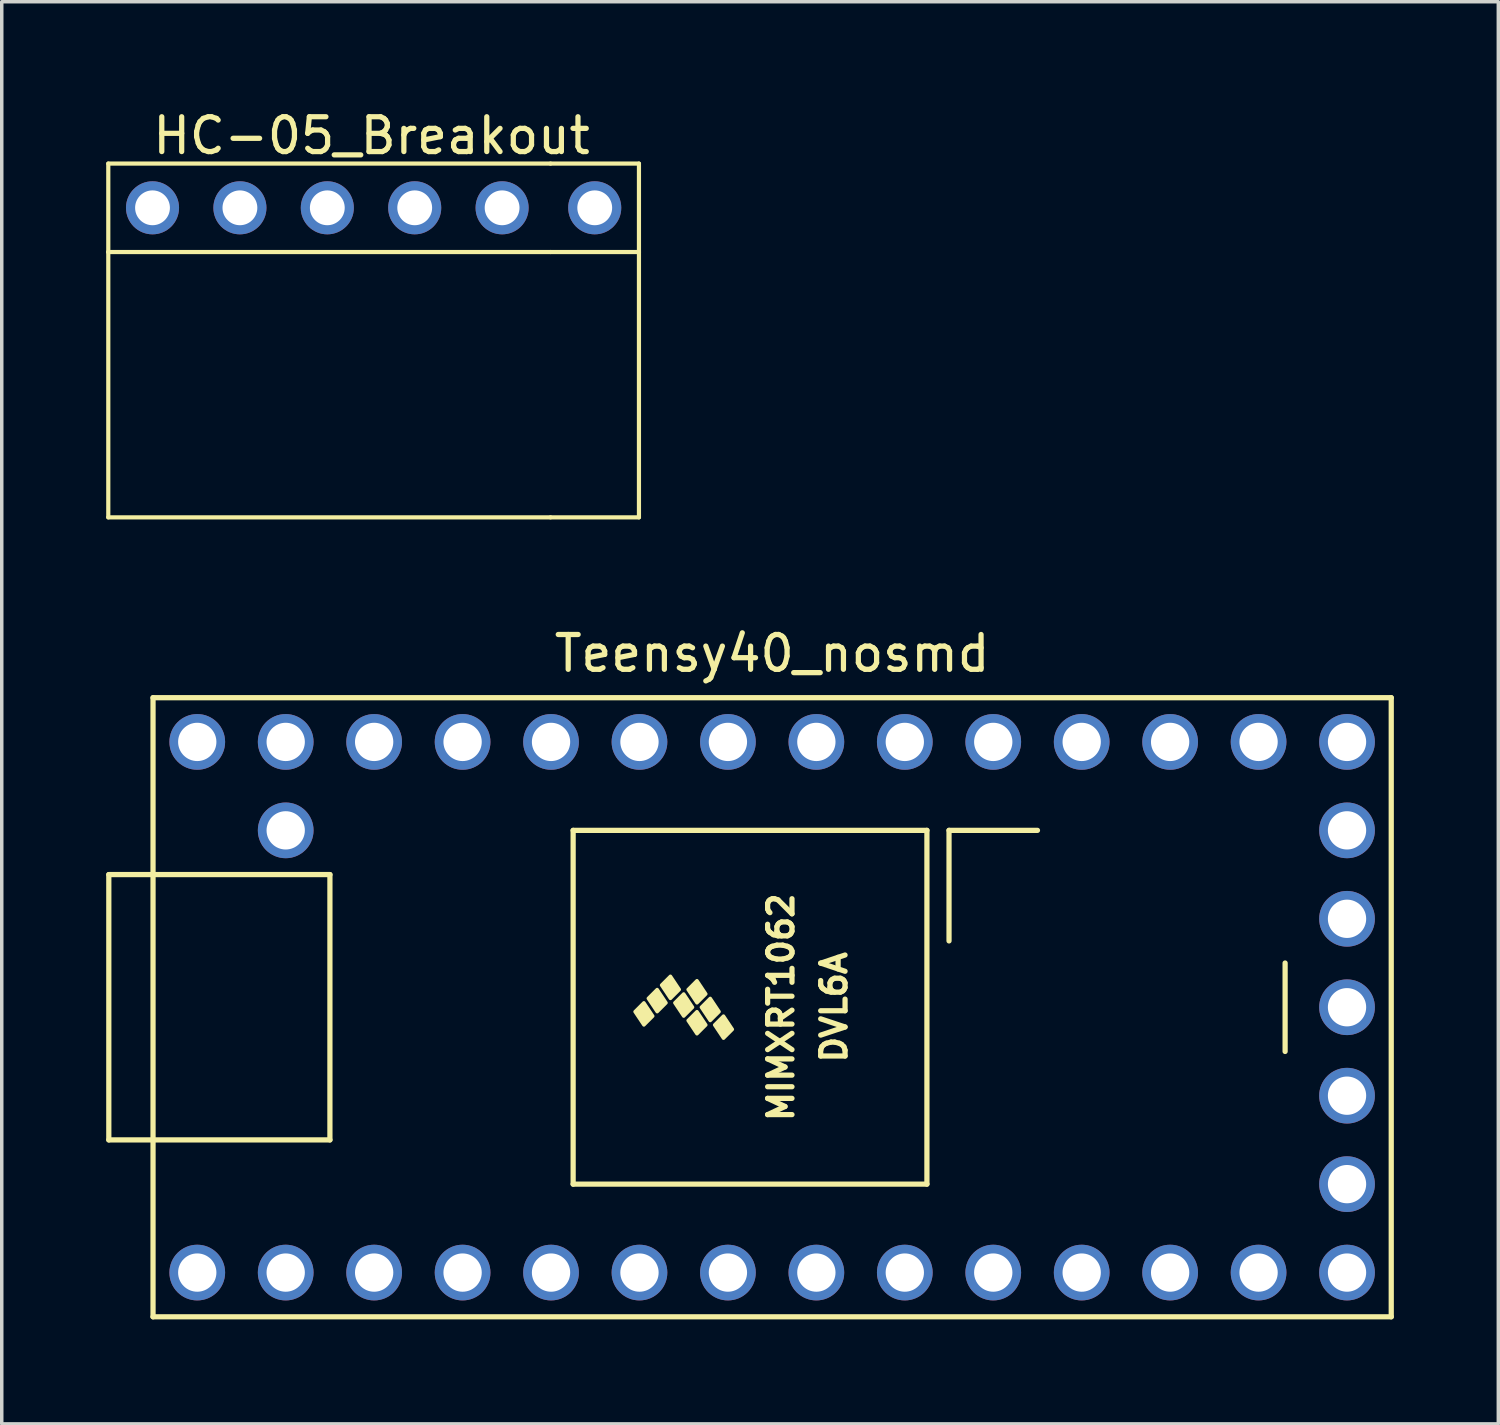
<source format=kicad_pcb>
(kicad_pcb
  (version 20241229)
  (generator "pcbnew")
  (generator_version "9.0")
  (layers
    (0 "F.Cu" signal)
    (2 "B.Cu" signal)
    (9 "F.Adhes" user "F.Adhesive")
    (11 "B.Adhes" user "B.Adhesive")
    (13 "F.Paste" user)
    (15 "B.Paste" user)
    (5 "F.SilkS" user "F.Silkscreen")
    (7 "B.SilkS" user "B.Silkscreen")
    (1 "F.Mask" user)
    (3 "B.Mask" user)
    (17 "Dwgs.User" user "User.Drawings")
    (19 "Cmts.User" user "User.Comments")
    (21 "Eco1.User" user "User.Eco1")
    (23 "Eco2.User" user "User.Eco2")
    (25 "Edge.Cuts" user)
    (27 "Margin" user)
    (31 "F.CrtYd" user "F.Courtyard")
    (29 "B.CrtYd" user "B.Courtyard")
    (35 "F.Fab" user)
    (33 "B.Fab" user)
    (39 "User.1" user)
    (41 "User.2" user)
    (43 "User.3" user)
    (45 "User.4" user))
  (footprint "HC-05_Breakout"
    (layer "F.Cu")
    (at 1.33 2.918)
    (property "Reference" "HC-05_Breakout" (at 6.29 -2.07 0) (layer "F.SilkS") (effects (font (size 1 1) (thickness 0.15))))
    (attr through_hole)
    (fp_line (start -1.27 -1.27) (end 11.43 -1.27) (stroke (width 0.12) (type solid)) (layer "F.SilkS"))
    (fp_line (start -1.27 1.27) (end -1.27 -1.27) (stroke (width 0.12) (type solid)) (layer "F.SilkS"))
    (fp_line (start -1.27 8.89) (end -1.27 1.27) (stroke (width 0.12) (type solid)) (layer "F.SilkS"))
    (fp_line (start 11.43 -1.27) (end 13.97 -1.27) (stroke (width 0.12) (type solid)) (layer "F.SilkS"))
    (fp_line (start 11.43 1.27) (end -1.27 1.27) (stroke (width 0.12) (type solid)) (layer "F.SilkS"))
    (fp_line (start 11.43 8.89) (end -1.27 8.89) (stroke (width 0.12) (type solid)) (layer "F.SilkS"))
    (fp_line (start 13.97 -1.27) (end 13.97 1.27) (stroke (width 0.12) (type solid)) (layer "F.SilkS"))
    (fp_line (start 13.97 1.27) (end 11.43 1.27) (stroke (width 0.12) (type solid)) (layer "F.SilkS"))
    (fp_line (start 13.97 1.27) (end 13.97 8.89) (stroke (width 0.12) (type solid)) (layer "F.SilkS"))
    (fp_line (start 13.97 8.89) (end 11.43 8.89) (stroke (width 0.12) (type solid)) (layer "F.SilkS"))
    (pad "1" thru_hole circle (at 0 0) (size 1.524 1.524) (drill 1) (layers "*.Cu" "*.Mask"))
    (pad "2" thru_hole circle (at 2.51 0) (size 1.524 1.524) (drill 1) (layers "*.Cu" "*.Mask"))
    (pad "3" thru_hole circle (at 5.02 0) (size 1.524 1.524) (drill 1) (layers "*.Cu" "*.Mask"))
    (pad "4" thru_hole circle (at 7.53 0) (size 1.524 1.524) (drill 1) (layers "*.Cu" "*.Mask"))
    (pad "5" thru_hole circle (at 10.04 0) (size 1.524 1.524) (drill 1) (layers "*.Cu" "*.Mask"))
    (pad "6" thru_hole circle (at 12.7 0) (size 1.524 1.524) (drill 1) (layers "*.Cu" "*.Mask")))
  (footprint "Teensy40_nosmd"
    (layer "F.Cu")
    (at 19.125 25.877)
    (property "Reference" "Teensy40_nosmd" (at 0 -10.16 0) (layer "F.SilkS") (effects (font (size 1 1) (thickness 0.15))))
    (attr through_hole)
    (fp_line (start -19.05 -3.81) (end -17.78 -3.81) (stroke (width 0.15) (type solid)) (layer "F.SilkS"))
    (fp_line (start -19.05 3.81) (end -19.05 -3.81) (stroke (width 0.15) (type solid)) (layer "F.SilkS"))
    (fp_line (start -17.78 -8.89) (end 17.78 -8.89) (stroke (width 0.15) (type solid)) (layer "F.SilkS"))
    (fp_line (start -17.78 3.81) (end -19.05 3.81) (stroke (width 0.15) (type solid)) (layer "F.SilkS"))
    (fp_line (start -17.78 8.89) (end -17.78 -8.89) (stroke (width 0.15) (type solid)) (layer "F.SilkS"))
    (fp_line (start -12.7 -3.81) (end -17.78 -3.81) (stroke (width 0.15) (type solid)) (layer "F.SilkS"))
    (fp_line (start -12.7 3.81) (end -17.78 3.81) (stroke (width 0.15) (type solid)) (layer "F.SilkS"))
    (fp_line (start -12.7 3.81) (end -12.7 -3.81) (stroke (width 0.15) (type solid)) (layer "F.SilkS"))
    (fp_line (start -5.715 -5.08) (end -5.715 5.08) (stroke (width 0.15) (type solid)) (layer "F.SilkS"))
    (fp_line (start 4.445 -5.08) (end -5.715 -5.08) (stroke (width 0.15) (type solid)) (layer "F.SilkS"))
    (fp_line (start 4.445 5.08) (end -5.715 5.08) (stroke (width 0.15) (type solid)) (layer "F.SilkS"))
    (fp_line (start 4.445 5.08) (end 4.445 -5.08) (stroke (width 0.15) (type solid)) (layer "F.SilkS"))
    (fp_line (start 5.08 -5.08) (end 7.62 -5.08) (stroke (width 0.15) (type solid)) (layer "F.SilkS"))
    (fp_line (start 5.08 -1.905) (end 5.08 -5.08) (stroke (width 0.15) (type solid)) (layer "F.SilkS"))
    (fp_line (start 14.732 -1.27) (end 14.732 1.27) (stroke (width 0.15) (type solid)) (layer "F.SilkS"))
    (fp_line (start 17.78 -8.89) (end 17.78 8.89) (stroke (width 0.15) (type solid)) (layer "F.SilkS"))
    (fp_line (start 17.78 8.89) (end -17.78 8.89) (stroke (width 0.15) (type solid)) (layer "F.SilkS"))
    (fp_poly (pts (xy -3.937 0.127) (xy -3.683 -0.127) (xy -3.429 0.254) (xy -3.683 0.508)) (stroke (width 0.1) (type solid)) (fill yes) (layer "F.SilkS"))
    (fp_poly (pts (xy -3.556 -0.254) (xy -3.302 -0.508) (xy -3.048 -0.127) (xy -3.302 0.127)) (stroke (width 0.1) (type solid)) (fill yes) (layer "F.SilkS"))
    (fp_poly (pts (xy -3.175 -0.635) (xy -2.921 -0.889) (xy -2.667 -0.508) (xy -2.921 -0.254)) (stroke (width 0.1) (type solid)) (fill yes) (layer "F.SilkS"))
    (fp_poly (pts (xy -2.794 -0.127) (xy -2.54 -0.381) (xy -2.286 0) (xy -2.54 0.254)) (stroke (width 0.1) (type solid)) (fill yes) (layer "F.SilkS"))
    (fp_poly (pts (xy -2.413 -0.508) (xy -2.159 -0.762) (xy -1.905 -0.381) (xy -2.159 -0.127)) (stroke (width 0.1) (type solid)) (fill yes) (layer "F.SilkS"))
    (fp_poly (pts (xy -2.413 0.381) (xy -2.159 0.127) (xy -1.905 0.508) (xy -2.159 0.762)) (stroke (width 0.1) (type solid)) (fill yes) (layer "F.SilkS"))
    (fp_poly (pts (xy -2.032 0) (xy -1.778 -0.254) (xy -1.524 0.127) (xy -1.778 0.381)) (stroke (width 0.1) (type solid)) (fill yes) (layer "F.SilkS"))
    (fp_poly (pts (xy -1.651 0.508) (xy -1.397 0.254) (xy -1.143 0.635) (xy -1.397 0.889)) (stroke (width 0.1) (type solid)) (fill yes) (layer "F.SilkS"))
    (fp_text user "MIMXRT1062" (at 0.254 0 90) (layer "F.SilkS") (effects (font (size 0.7 0.7) (thickness 0.15))))
    (fp_text user "DVL6A" (at 1.778 0 90) (layer "F.SilkS") (effects (font (size 0.7 0.7) (thickness 0.15))))
    (pad "1" thru_hole circle (at -16.51 7.62) (size 1.6 1.6) (drill 1.1) (layers "*.Cu" "*.Mask"))
    (pad "2" thru_hole circle (at -13.97 7.62) (size 1.6 1.6) (drill 1.1) (layers "*.Cu" "*.Mask"))
    (pad "3" thru_hole circle (at -11.43 7.62) (size 1.6 1.6) (drill 1.1) (layers "*.Cu" "*.Mask"))
    (pad "4" thru_hole circle (at -8.89 7.62) (size 1.6 1.6) (drill 1.1) (layers "*.Cu" "*.Mask"))
    (pad "5" thru_hole circle (at -6.35 7.62) (size 1.6 1.6) (drill 1.1) (layers "*.Cu" "*.Mask"))
    (pad "6" thru_hole circle (at -3.81 7.62) (size 1.6 1.6) (drill 1.1) (layers "*.Cu" "*.Mask"))
    (pad "7" thru_hole circle (at -1.27 7.62) (size 1.6 1.6) (drill 1.1) (layers "*.Cu" "*.Mask"))
    (pad "8" thru_hole circle (at 1.27 7.62) (size 1.6 1.6) (drill 1.1) (layers "*.Cu" "*.Mask"))
    (pad "9" thru_hole circle (at 3.81 7.62) (size 1.6 1.6) (drill 1.1) (layers "*.Cu" "*.Mask"))
    (pad "10" thru_hole circle (at 6.35 7.62) (size 1.6 1.6) (drill 1.1) (layers "*.Cu" "*.Mask"))
    (pad "11" thru_hole circle (at 8.89 7.62) (size 1.6 1.6) (drill 1.1) (layers "*.Cu" "*.Mask"))
    (pad "12" thru_hole circle (at 11.43 7.62) (size 1.6 1.6) (drill 1.1) (layers "*.Cu" "*.Mask"))
    (pad "13" thru_hole circle (at 13.97 7.62) (size 1.6 1.6) (drill 1.1) (layers "*.Cu" "*.Mask"))
    (pad "14" thru_hole circle (at 16.51 7.62) (size 1.6 1.6) (drill 1.1) (layers "*.Cu" "*.Mask"))
    (pad "15" thru_hole circle (at 16.51 5.08) (size 1.6 1.6) (drill 1.1) (layers "*.Cu" "*.Mask"))
    (pad "16" thru_hole circle (at 16.51 2.54) (size 1.6 1.6) (drill 1.1) (layers "*.Cu" "*.Mask"))
    (pad "17" thru_hole circle (at 16.51 0) (size 1.6 1.6) (drill 1.1) (layers "*.Cu" "*.Mask"))
    (pad "18" thru_hole circle (at 16.51 -2.54) (size 1.6 1.6) (drill 1.1) (layers "*.Cu" "*.Mask"))
    (pad "19" thru_hole circle (at 16.51 -5.08) (size 1.6 1.6) (drill 1.1) (layers "*.Cu" "*.Mask"))
    (pad "20" thru_hole circle (at 16.51 -7.62) (size 1.6 1.6) (drill 1.1) (layers "*.Cu" "*.Mask"))
    (pad "21" thru_hole circle (at 13.97 -7.62) (size 1.6 1.6) (drill 1.1) (layers "*.Cu" "*.Mask"))
    (pad "22" thru_hole circle (at 11.43 -7.62) (size 1.6 1.6) (drill 1.1) (layers "*.Cu" "*.Mask"))
    (pad "23" thru_hole circle (at 8.89 -7.62) (size 1.6 1.6) (drill 1.1) (layers "*.Cu" "*.Mask"))
    (pad "24" thru_hole circle (at 6.35 -7.62) (size 1.6 1.6) (drill 1.1) (layers "*.Cu" "*.Mask"))
    (pad "25" thru_hole circle (at 3.81 -7.62) (size 1.6 1.6) (drill 1.1) (layers "*.Cu" "*.Mask"))
    (pad "26" thru_hole circle (at 1.27 -7.62) (size 1.6 1.6) (drill 1.1) (layers "*.Cu" "*.Mask"))
    (pad "27" thru_hole circle (at -1.27 -7.62) (size 1.6 1.6) (drill 1.1) (layers "*.Cu" "*.Mask"))
    (pad "28" thru_hole circle (at -3.81 -7.62) (size 1.6 1.6) (drill 1.1) (layers "*.Cu" "*.Mask"))
    (pad "29" thru_hole circle (at -6.35 -7.62) (size 1.6 1.6) (drill 1.1) (layers "*.Cu" "*.Mask"))
    (pad "30" thru_hole circle (at -8.89 -7.62) (size 1.6 1.6) (drill 1.1) (layers "*.Cu" "*.Mask"))
    (pad "31" thru_hole circle (at -11.43 -7.62) (size 1.6 1.6) (drill 1.1) (layers "*.Cu" "*.Mask"))
    (pad "32" thru_hole circle (at -13.97 -7.62) (size 1.6 1.6) (drill 1.1) (layers "*.Cu" "*.Mask"))
    (pad "33" thru_hole circle (at -16.51 -7.62) (size 1.6 1.6) (drill 1.1) (layers "*.Cu" "*.Mask"))
    (pad "34" thru_hole circle (at -13.97 -5.08) (size 1.6 1.6) (drill 1.1) (layers "*.Cu" "*.Mask")))
  (gr_rect
    (start -3 -3)
    (end 39.98 37.842)
    (stroke (width 0.1) (type default))
    (fill no)
    (layer "Edge.Cuts")))
</source>
